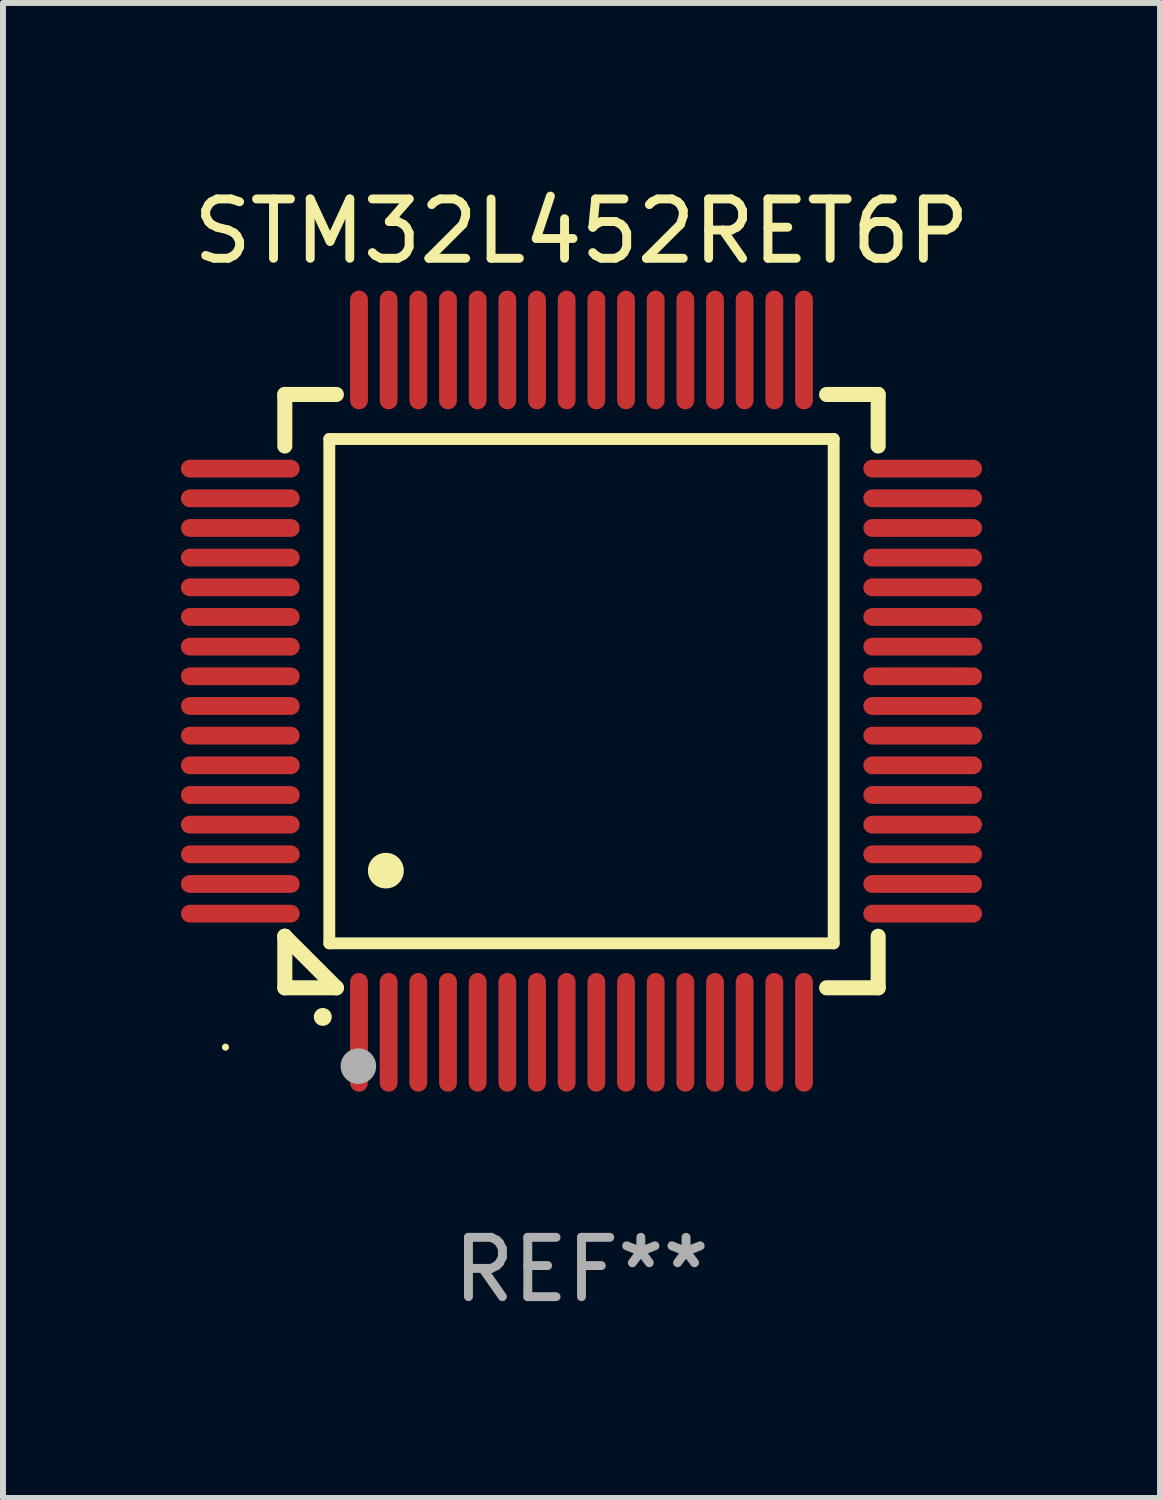
<source format=kicad_pcb>
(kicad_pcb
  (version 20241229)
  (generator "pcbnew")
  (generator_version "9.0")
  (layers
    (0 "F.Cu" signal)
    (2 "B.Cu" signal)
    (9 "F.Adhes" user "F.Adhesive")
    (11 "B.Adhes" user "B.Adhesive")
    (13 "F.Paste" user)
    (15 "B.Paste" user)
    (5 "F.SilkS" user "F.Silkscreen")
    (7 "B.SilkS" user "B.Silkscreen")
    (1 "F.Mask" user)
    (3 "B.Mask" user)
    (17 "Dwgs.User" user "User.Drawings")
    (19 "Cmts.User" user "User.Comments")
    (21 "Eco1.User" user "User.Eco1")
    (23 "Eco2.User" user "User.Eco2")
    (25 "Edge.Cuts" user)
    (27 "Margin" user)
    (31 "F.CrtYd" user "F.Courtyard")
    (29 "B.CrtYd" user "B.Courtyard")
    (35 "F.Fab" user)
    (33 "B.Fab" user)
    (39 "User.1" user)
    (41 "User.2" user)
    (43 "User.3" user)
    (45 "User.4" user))
  (footprint "STM32L452RET6P"
    (layer "F.Cu")
    (at 6.75 8.598)
    (property "Reference" "STM32L452RET6P" (at 0 -7.75 0) (layer "F.SilkS") (effects (font (size 1 1) (thickness 0.15))))
    (attr through_hole)
    (fp_line (start -5 -5) (end -4.131 -5) (stroke (width 0.254) (type solid)) (layer "F.SilkS"))
    (fp_line (start -5 -4.131) (end -5 -5) (stroke (width 0.254) (type solid)) (layer "F.SilkS"))
    (fp_line (start -5 4.131) (end -5 4.131) (stroke (width 0.254) (type solid)) (layer "F.SilkS"))
    (fp_line (start -5 5) (end -5 4.131) (stroke (width 0.254) (type solid)) (layer "F.SilkS"))
    (fp_line (start -5 4.131) (end -4.131 5) (stroke (width 0.254) (type solid)) (layer "F.SilkS"))
    (fp_line (start -4.25 -4.25) (end -4.25 4.25) (stroke (width 0.2) (type solid)) (layer "F.SilkS"))
    (fp_line (start -4.25 4.25) (end 4.25 4.25) (stroke (width 0.2) (type solid)) (layer "F.SilkS"))
    (fp_line (start -4.131 5) (end -5 5) (stroke (width 0.254) (type solid)) (layer "F.SilkS"))
    (fp_line (start 4.25 -4.25) (end -4.25 -4.25) (stroke (width 0.2) (type solid)) (layer "F.SilkS"))
    (fp_line (start 4.25 4.25) (end 4.25 -4.25) (stroke (width 0.2) (type solid)) (layer "F.SilkS"))
    (fp_line (start 5 -5) (end 4.131 -5) (stroke (width 0.254) (type solid)) (layer "F.SilkS"))
    (fp_line (start 5 -5) (end 5 -4.131) (stroke (width 0.254) (type solid)) (layer "F.SilkS"))
    (fp_line (start 5 4.131) (end 5 5) (stroke (width 0.254) (type solid)) (layer "F.SilkS"))
    (fp_line (start 5 5) (end 4.131 5) (stroke (width 0.254) (type solid)) (layer "F.SilkS"))
    (fp_arc (start -4.361265 5.489992) (mid -4.359995 5.489987) (end -4.358725 5.489992) (stroke (width 0.3) (type solid)) (layer "F.SilkS"))
    (fp_arc (start -3.299467 3.025146) (mid -3.296927 3.025135) (end -3.294387 3.025146) (stroke (width 0.6) (type solid)) (layer "F.SilkS"))
    (fp_circle (center -6 6) (end -5.97 6) (stroke (width 0.06) (type solid)) (fill no) (layer "F.SilkS"))
    (fp_circle (center -3.76 6.32) (end -3.61 6.32) (stroke (width 0.3) (type solid)) (fill no) (layer "F.Fab"))
    (fp_text user "REF**" (at 0 9.75 0) (layer "F.Fab") (effects (font (size 1 1) (thickness 0.15))))
    (pad "1" smd oval (at -3.75 5.75) (size 0.3 2) (layers "F.Cu" "F.Mask" "F.Paste"))
    (pad "2" smd oval (at -3.25 5.75) (size 0.3 2) (layers "F.Cu" "F.Mask" "F.Paste"))
    (pad "3" smd oval (at -2.75 5.75) (size 0.3 2) (layers "F.Cu" "F.Mask" "F.Paste"))
    (pad "4" smd oval (at -2.25 5.75) (size 0.3 2) (layers "F.Cu" "F.Mask" "F.Paste"))
    (pad "5" smd oval (at -1.75 5.75) (size 0.3 2) (layers "F.Cu" "F.Mask" "F.Paste"))
    (pad "6" smd oval (at -1.25 5.75) (size 0.3 2) (layers "F.Cu" "F.Mask" "F.Paste"))
    (pad "7" smd oval (at -0.75 5.75) (size 0.3 2) (layers "F.Cu" "F.Mask" "F.Paste"))
    (pad "8" smd oval (at -0.25 5.75) (size 0.3 2) (layers "F.Cu" "F.Mask" "F.Paste"))
    (pad "9" smd oval (at 0.25 5.75) (size 0.3 2) (layers "F.Cu" "F.Mask" "F.Paste"))
    (pad "10" smd oval (at 0.75 5.75) (size 0.3 2) (layers "F.Cu" "F.Mask" "F.Paste"))
    (pad "11" smd oval (at 1.25 5.75) (size 0.3 2) (layers "F.Cu" "F.Mask" "F.Paste"))
    (pad "12" smd oval (at 1.75 5.75) (size 0.3 2) (layers "F.Cu" "F.Mask" "F.Paste"))
    (pad "13" smd oval (at 2.25 5.75) (size 0.3 2) (layers "F.Cu" "F.Mask" "F.Paste"))
    (pad "14" smd oval (at 2.75 5.75) (size 0.3 2) (layers "F.Cu" "F.Mask" "F.Paste"))
    (pad "15" smd oval (at 3.25 5.75) (size 0.3 2) (layers "F.Cu" "F.Mask" "F.Paste"))
    (pad "16" smd oval (at 3.75 5.75) (size 0.3 2) (layers "F.Cu" "F.Mask" "F.Paste"))
    (pad "17" smd oval (at 5.75 3.75) (size 2 0.3) (layers "F.Cu" "F.Mask" "F.Paste"))
    (pad "18" smd oval (at 5.75 3.25) (size 2 0.3) (layers "F.Cu" "F.Mask" "F.Paste"))
    (pad "19" smd oval (at 5.75 2.75) (size 2 0.3) (layers "F.Cu" "F.Mask" "F.Paste"))
    (pad "20" smd oval (at 5.75 2.25) (size 2 0.3) (layers "F.Cu" "F.Mask" "F.Paste"))
    (pad "21" smd oval (at 5.75 1.75) (size 2 0.3) (layers "F.Cu" "F.Mask" "F.Paste"))
    (pad "22" smd oval (at 5.75 1.25) (size 2 0.3) (layers "F.Cu" "F.Mask" "F.Paste"))
    (pad "23" smd oval (at 5.75 0.75) (size 2 0.3) (layers "F.Cu" "F.Mask" "F.Paste"))
    (pad "24" smd oval (at 5.75 0.25) (size 2 0.3) (layers "F.Cu" "F.Mask" "F.Paste"))
    (pad "25" smd oval (at 5.75 -0.25) (size 2 0.3) (layers "F.Cu" "F.Mask" "F.Paste"))
    (pad "26" smd oval (at 5.75 -0.75) (size 2 0.3) (layers "F.Cu" "F.Mask" "F.Paste"))
    (pad "27" smd oval (at 5.75 -1.25) (size 2 0.3) (layers "F.Cu" "F.Mask" "F.Paste"))
    (pad "28" smd oval (at 5.75 -1.75) (size 2 0.3) (layers "F.Cu" "F.Mask" "F.Paste"))
    (pad "29" smd oval (at 5.75 -2.25) (size 2 0.3) (layers "F.Cu" "F.Mask" "F.Paste"))
    (pad "30" smd oval (at 5.75 -2.75) (size 2 0.3) (layers "F.Cu" "F.Mask" "F.Paste"))
    (pad "31" smd oval (at 5.75 -3.25) (size 2 0.3) (layers "F.Cu" "F.Mask" "F.Paste"))
    (pad "32" smd oval (at 5.75 -3.75) (size 2 0.3) (layers "F.Cu" "F.Mask" "F.Paste"))
    (pad "33" smd oval (at 3.75 -5.75) (size 0.3 2) (layers "F.Cu" "F.Mask" "F.Paste"))
    (pad "34" smd oval (at 3.25 -5.75) (size 0.3 2) (layers "F.Cu" "F.Mask" "F.Paste"))
    (pad "35" smd oval (at 2.75 -5.75) (size 0.3 2) (layers "F.Cu" "F.Mask" "F.Paste"))
    (pad "36" smd oval (at 2.25 -5.75) (size 0.3 2) (layers "F.Cu" "F.Mask" "F.Paste"))
    (pad "37" smd oval (at 1.75 -5.75) (size 0.3 2) (layers "F.Cu" "F.Mask" "F.Paste"))
    (pad "38" smd oval (at 1.25 -5.75) (size 0.3 2) (layers "F.Cu" "F.Mask" "F.Paste"))
    (pad "39" smd oval (at 0.75 -5.75) (size 0.3 2) (layers "F.Cu" "F.Mask" "F.Paste"))
    (pad "40" smd oval (at 0.25 -5.75) (size 0.3 2) (layers "F.Cu" "F.Mask" "F.Paste"))
    (pad "41" smd oval (at -0.25 -5.75) (size 0.3 2) (layers "F.Cu" "F.Mask" "F.Paste"))
    (pad "42" smd oval (at -0.75 -5.75) (size 0.3 2) (layers "F.Cu" "F.Mask" "F.Paste"))
    (pad "43" smd oval (at -1.25 -5.75) (size 0.3 2) (layers "F.Cu" "F.Mask" "F.Paste"))
    (pad "44" smd oval (at -1.75 -5.75) (size 0.3 2) (layers "F.Cu" "F.Mask" "F.Paste"))
    (pad "45" smd oval (at -2.25 -5.75) (size 0.3 2) (layers "F.Cu" "F.Mask" "F.Paste"))
    (pad "46" smd oval (at -2.75 -5.75) (size 0.3 2) (layers "F.Cu" "F.Mask" "F.Paste"))
    (pad "47" smd oval (at -3.25 -5.75) (size 0.3 2) (layers "F.Cu" "F.Mask" "F.Paste"))
    (pad "48" smd oval (at -3.75 -5.75) (size 0.3 2) (layers "F.Cu" "F.Mask" "F.Paste"))
    (pad "49" smd oval (at -5.75 -3.75) (size 2 0.3) (layers "F.Cu" "F.Mask" "F.Paste"))
    (pad "50" smd oval (at -5.75 -3.25) (size 2 0.3) (layers "F.Cu" "F.Mask" "F.Paste"))
    (pad "51" smd oval (at -5.75 -2.75) (size 2 0.3) (layers "F.Cu" "F.Mask" "F.Paste"))
    (pad "52" smd oval (at -5.75 -2.25) (size 2 0.3) (layers "F.Cu" "F.Mask" "F.Paste"))
    (pad "53" smd oval (at -5.75 -1.75) (size 2 0.3) (layers "F.Cu" "F.Mask" "F.Paste"))
    (pad "54" smd oval (at -5.75 -1.25) (size 2 0.3) (layers "F.Cu" "F.Mask" "F.Paste"))
    (pad "55" smd oval (at -5.75 -0.75) (size 2 0.3) (layers "F.Cu" "F.Mask" "F.Paste"))
    (pad "56" smd oval (at -5.75 -0.25) (size 2 0.3) (layers "F.Cu" "F.Mask" "F.Paste"))
    (pad "57" smd oval (at -5.75 0.25) (size 2 0.3) (layers "F.Cu" "F.Mask" "F.Paste"))
    (pad "58" smd oval (at -5.75 0.75) (size 2 0.3) (layers "F.Cu" "F.Mask" "F.Paste"))
    (pad "59" smd oval (at -5.75 1.25) (size 2 0.3) (layers "F.Cu" "F.Mask" "F.Paste"))
    (pad "60" smd oval (at -5.75 1.75) (size 2 0.3) (layers "F.Cu" "F.Mask" "F.Paste"))
    (pad "61" smd oval (at -5.75 2.25) (size 2 0.3) (layers "F.Cu" "F.Mask" "F.Paste"))
    (pad "62" smd oval (at -5.75 2.75) (size 2 0.3) (layers "F.Cu" "F.Mask" "F.Paste"))
    (pad "63" smd oval (at -5.75 3.25) (size 2 0.3) (layers "F.Cu" "F.Mask" "F.Paste"))
    (pad "64" smd oval (at -5.75 3.75) (size 2 0.3) (layers "F.Cu" "F.Mask" "F.Paste")))
  (gr_rect
    (start -3 -3)
    (end 16.5 22.196)
    (stroke (width 0.1) (type default))
    (fill no)
    (layer "Edge.Cuts")))
</source>
